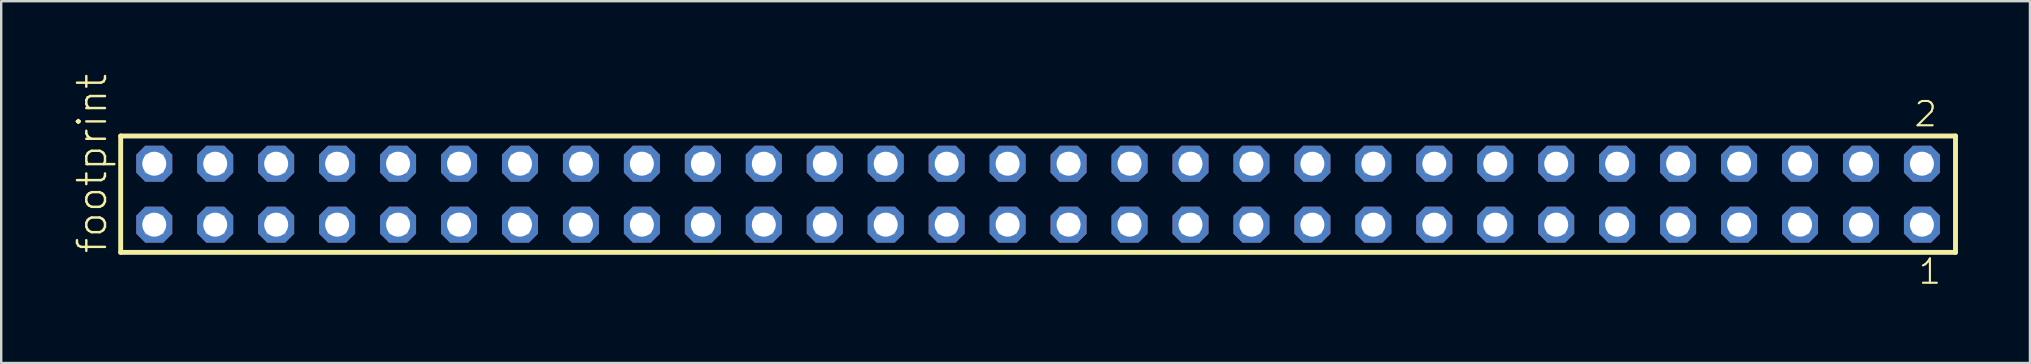
<source format=kicad_pcb>
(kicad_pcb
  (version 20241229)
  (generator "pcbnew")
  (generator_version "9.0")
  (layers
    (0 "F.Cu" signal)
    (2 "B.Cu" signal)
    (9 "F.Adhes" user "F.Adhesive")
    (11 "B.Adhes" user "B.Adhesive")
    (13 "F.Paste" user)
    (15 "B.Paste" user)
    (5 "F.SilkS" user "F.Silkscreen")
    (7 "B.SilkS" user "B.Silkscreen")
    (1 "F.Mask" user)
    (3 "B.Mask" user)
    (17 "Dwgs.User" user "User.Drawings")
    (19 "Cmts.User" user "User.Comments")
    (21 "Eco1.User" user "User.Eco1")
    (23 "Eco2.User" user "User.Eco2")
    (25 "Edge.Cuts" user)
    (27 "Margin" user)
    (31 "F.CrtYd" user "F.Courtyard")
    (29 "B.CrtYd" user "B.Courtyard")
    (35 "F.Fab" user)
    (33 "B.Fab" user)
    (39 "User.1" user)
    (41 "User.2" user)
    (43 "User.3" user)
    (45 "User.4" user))
  (footprint "footprint"
    (layer "F.Cu")
    (at 40.208 5.042)
    (property "Reference" "footprint" (at -38.735 2.54 90) (layer "F.SilkS") (effects (font (size 1.168 1.168) (thickness 0.102)) (justify left bottom)))
    (fp_line (start -38.229 -2.425) (end 38.229 -2.425) (stroke (width 0.203) (type solid)) (layer "F.SilkS"))
    (fp_line (start -38.229 2.425) (end -38.229 -2.425) (stroke (width 0.203) (type solid)) (layer "F.SilkS"))
    (fp_line (start 38.229 -2.425) (end 38.229 2.425) (stroke (width 0.203) (type solid)) (layer "F.SilkS"))
    (fp_line (start 38.229 2.425) (end -38.229 2.425) (stroke (width 0.203) (type solid)) (layer "F.SilkS"))
    (fp_poly (pts (xy -37.18 -0.92) (xy -36.48 -0.92) (xy -36.48 -1.62) (xy -37.18 -1.62)) (stroke (width 0.1) (type solid)) (fill no) (layer "F.Fab"))
    (fp_poly (pts (xy -37.18 1.62) (xy -36.48 1.62) (xy -36.48 0.92) (xy -37.18 0.92)) (stroke (width 0.1) (type solid)) (fill no) (layer "F.Fab"))
    (fp_poly (pts (xy -34.64 -0.92) (xy -33.94 -0.92) (xy -33.94 -1.62) (xy -34.64 -1.62)) (stroke (width 0.1) (type solid)) (fill no) (layer "F.Fab"))
    (fp_poly (pts (xy -34.64 1.62) (xy -33.94 1.62) (xy -33.94 0.92) (xy -34.64 0.92)) (stroke (width 0.1) (type solid)) (fill no) (layer "F.Fab"))
    (fp_poly (pts (xy -32.1 -0.92) (xy -31.4 -0.92) (xy -31.4 -1.62) (xy -32.1 -1.62)) (stroke (width 0.1) (type solid)) (fill no) (layer "F.Fab"))
    (fp_poly (pts (xy -32.1 1.62) (xy -31.4 1.62) (xy -31.4 0.92) (xy -32.1 0.92)) (stroke (width 0.1) (type solid)) (fill no) (layer "F.Fab"))
    (fp_poly (pts (xy -29.56 -0.92) (xy -28.86 -0.92) (xy -28.86 -1.62) (xy -29.56 -1.62)) (stroke (width 0.1) (type solid)) (fill no) (layer "F.Fab"))
    (fp_poly (pts (xy -29.56 1.62) (xy -28.86 1.62) (xy -28.86 0.92) (xy -29.56 0.92)) (stroke (width 0.1) (type solid)) (fill no) (layer "F.Fab"))
    (fp_poly (pts (xy -27.02 -0.92) (xy -26.32 -0.92) (xy -26.32 -1.62) (xy -27.02 -1.62)) (stroke (width 0.1) (type solid)) (fill no) (layer "F.Fab"))
    (fp_poly (pts (xy -27.02 1.62) (xy -26.32 1.62) (xy -26.32 0.92) (xy -27.02 0.92)) (stroke (width 0.1) (type solid)) (fill no) (layer "F.Fab"))
    (fp_poly (pts (xy -24.48 -0.92) (xy -23.78 -0.92) (xy -23.78 -1.62) (xy -24.48 -1.62)) (stroke (width 0.1) (type solid)) (fill no) (layer "F.Fab"))
    (fp_poly (pts (xy -24.48 1.62) (xy -23.78 1.62) (xy -23.78 0.92) (xy -24.48 0.92)) (stroke (width 0.1) (type solid)) (fill no) (layer "F.Fab"))
    (fp_poly (pts (xy -21.94 -0.92) (xy -21.24 -0.92) (xy -21.24 -1.62) (xy -21.94 -1.62)) (stroke (width 0.1) (type solid)) (fill no) (layer "F.Fab"))
    (fp_poly (pts (xy -21.94 1.62) (xy -21.24 1.62) (xy -21.24 0.92) (xy -21.94 0.92)) (stroke (width 0.1) (type solid)) (fill no) (layer "F.Fab"))
    (fp_poly (pts (xy -19.4 -0.92) (xy -18.7 -0.92) (xy -18.7 -1.62) (xy -19.4 -1.62)) (stroke (width 0.1) (type solid)) (fill no) (layer "F.Fab"))
    (fp_poly (pts (xy -19.4 1.62) (xy -18.7 1.62) (xy -18.7 0.92) (xy -19.4 0.92)) (stroke (width 0.1) (type solid)) (fill no) (layer "F.Fab"))
    (fp_poly (pts (xy -16.86 -0.92) (xy -16.16 -0.92) (xy -16.16 -1.62) (xy -16.86 -1.62)) (stroke (width 0.1) (type solid)) (fill no) (layer "F.Fab"))
    (fp_poly (pts (xy -16.86 1.62) (xy -16.16 1.62) (xy -16.16 0.92) (xy -16.86 0.92)) (stroke (width 0.1) (type solid)) (fill no) (layer "F.Fab"))
    (fp_poly (pts (xy -14.32 -0.92) (xy -13.62 -0.92) (xy -13.62 -1.62) (xy -14.32 -1.62)) (stroke (width 0.1) (type solid)) (fill no) (layer "F.Fab"))
    (fp_poly (pts (xy -14.32 1.62) (xy -13.62 1.62) (xy -13.62 0.92) (xy -14.32 0.92)) (stroke (width 0.1) (type solid)) (fill no) (layer "F.Fab"))
    (fp_poly (pts (xy -11.78 -0.92) (xy -11.08 -0.92) (xy -11.08 -1.62) (xy -11.78 -1.62)) (stroke (width 0.1) (type solid)) (fill no) (layer "F.Fab"))
    (fp_poly (pts (xy -11.78 1.62) (xy -11.08 1.62) (xy -11.08 0.92) (xy -11.78 0.92)) (stroke (width 0.1) (type solid)) (fill no) (layer "F.Fab"))
    (fp_poly (pts (xy -9.24 -0.92) (xy -8.54 -0.92) (xy -8.54 -1.62) (xy -9.24 -1.62)) (stroke (width 0.1) (type solid)) (fill no) (layer "F.Fab"))
    (fp_poly (pts (xy -9.24 1.62) (xy -8.54 1.62) (xy -8.54 0.92) (xy -9.24 0.92)) (stroke (width 0.1) (type solid)) (fill no) (layer "F.Fab"))
    (fp_poly (pts (xy -6.7 -0.92) (xy -6 -0.92) (xy -6 -1.62) (xy -6.7 -1.62)) (stroke (width 0.1) (type solid)) (fill no) (layer "F.Fab"))
    (fp_poly (pts (xy -6.7 1.62) (xy -6 1.62) (xy -6 0.92) (xy -6.7 0.92)) (stroke (width 0.1) (type solid)) (fill no) (layer "F.Fab"))
    (fp_poly (pts (xy -4.16 -0.92) (xy -3.46 -0.92) (xy -3.46 -1.62) (xy -4.16 -1.62)) (stroke (width 0.1) (type solid)) (fill no) (layer "F.Fab"))
    (fp_poly (pts (xy -4.16 1.62) (xy -3.46 1.62) (xy -3.46 0.92) (xy -4.16 0.92)) (stroke (width 0.1) (type solid)) (fill no) (layer "F.Fab"))
    (fp_poly (pts (xy -1.62 -0.92) (xy -0.92 -0.92) (xy -0.92 -1.62) (xy -1.62 -1.62)) (stroke (width 0.1) (type solid)) (fill no) (layer "F.Fab"))
    (fp_poly (pts (xy -1.62 1.62) (xy -0.92 1.62) (xy -0.92 0.92) (xy -1.62 0.92)) (stroke (width 0.1) (type solid)) (fill no) (layer "F.Fab"))
    (fp_poly (pts (xy 0.92 -0.92) (xy 1.62 -0.92) (xy 1.62 -1.62) (xy 0.92 -1.62)) (stroke (width 0.1) (type solid)) (fill no) (layer "F.Fab"))
    (fp_poly (pts (xy 0.92 1.62) (xy 1.62 1.62) (xy 1.62 0.92) (xy 0.92 0.92)) (stroke (width 0.1) (type solid)) (fill no) (layer "F.Fab"))
    (fp_poly (pts (xy 3.46 -0.92) (xy 4.16 -0.92) (xy 4.16 -1.62) (xy 3.46 -1.62)) (stroke (width 0.1) (type solid)) (fill no) (layer "F.Fab"))
    (fp_poly (pts (xy 3.46 1.62) (xy 4.16 1.62) (xy 4.16 0.92) (xy 3.46 0.92)) (stroke (width 0.1) (type solid)) (fill no) (layer "F.Fab"))
    (fp_poly (pts (xy 6 -0.92) (xy 6.7 -0.92) (xy 6.7 -1.62) (xy 6 -1.62)) (stroke (width 0.1) (type solid)) (fill no) (layer "F.Fab"))
    (fp_poly (pts (xy 6 1.62) (xy 6.7 1.62) (xy 6.7 0.92) (xy 6 0.92)) (stroke (width 0.1) (type solid)) (fill no) (layer "F.Fab"))
    (fp_poly (pts (xy 8.54 -0.92) (xy 9.24 -0.92) (xy 9.24 -1.62) (xy 8.54 -1.62)) (stroke (width 0.1) (type solid)) (fill no) (layer "F.Fab"))
    (fp_poly (pts (xy 8.54 1.62) (xy 9.24 1.62) (xy 9.24 0.92) (xy 8.54 0.92)) (stroke (width 0.1) (type solid)) (fill no) (layer "F.Fab"))
    (fp_poly (pts (xy 11.08 -0.92) (xy 11.78 -0.92) (xy 11.78 -1.62) (xy 11.08 -1.62)) (stroke (width 0.1) (type solid)) (fill no) (layer "F.Fab"))
    (fp_poly (pts (xy 11.08 1.62) (xy 11.78 1.62) (xy 11.78 0.92) (xy 11.08 0.92)) (stroke (width 0.1) (type solid)) (fill no) (layer "F.Fab"))
    (fp_poly (pts (xy 13.62 -0.92) (xy 14.32 -0.92) (xy 14.32 -1.62) (xy 13.62 -1.62)) (stroke (width 0.1) (type solid)) (fill no) (layer "F.Fab"))
    (fp_poly (pts (xy 13.62 1.62) (xy 14.32 1.62) (xy 14.32 0.92) (xy 13.62 0.92)) (stroke (width 0.1) (type solid)) (fill no) (layer "F.Fab"))
    (fp_poly (pts (xy 16.16 -0.92) (xy 16.86 -0.92) (xy 16.86 -1.62) (xy 16.16 -1.62)) (stroke (width 0.1) (type solid)) (fill no) (layer "F.Fab"))
    (fp_poly (pts (xy 16.16 1.62) (xy 16.86 1.62) (xy 16.86 0.92) (xy 16.16 0.92)) (stroke (width 0.1) (type solid)) (fill no) (layer "F.Fab"))
    (fp_poly (pts (xy 18.7 -0.92) (xy 19.4 -0.92) (xy 19.4 -1.62) (xy 18.7 -1.62)) (stroke (width 0.1) (type solid)) (fill no) (layer "F.Fab"))
    (fp_poly (pts (xy 18.7 1.62) (xy 19.4 1.62) (xy 19.4 0.92) (xy 18.7 0.92)) (stroke (width 0.1) (type solid)) (fill no) (layer "F.Fab"))
    (fp_poly (pts (xy 21.24 -0.92) (xy 21.94 -0.92) (xy 21.94 -1.62) (xy 21.24 -1.62)) (stroke (width 0.1) (type solid)) (fill no) (layer "F.Fab"))
    (fp_poly (pts (xy 21.24 1.62) (xy 21.94 1.62) (xy 21.94 0.92) (xy 21.24 0.92)) (stroke (width 0.1) (type solid)) (fill no) (layer "F.Fab"))
    (fp_poly (pts (xy 23.78 -0.92) (xy 24.48 -0.92) (xy 24.48 -1.62) (xy 23.78 -1.62)) (stroke (width 0.1) (type solid)) (fill no) (layer "F.Fab"))
    (fp_poly (pts (xy 23.78 1.62) (xy 24.48 1.62) (xy 24.48 0.92) (xy 23.78 0.92)) (stroke (width 0.1) (type solid)) (fill no) (layer "F.Fab"))
    (fp_poly (pts (xy 26.32 -0.92) (xy 27.02 -0.92) (xy 27.02 -1.62) (xy 26.32 -1.62)) (stroke (width 0.1) (type solid)) (fill no) (layer "F.Fab"))
    (fp_poly (pts (xy 26.32 1.62) (xy 27.02 1.62) (xy 27.02 0.92) (xy 26.32 0.92)) (stroke (width 0.1) (type solid)) (fill no) (layer "F.Fab"))
    (fp_poly (pts (xy 28.86 -0.92) (xy 29.56 -0.92) (xy 29.56 -1.62) (xy 28.86 -1.62)) (stroke (width 0.1) (type solid)) (fill no) (layer "F.Fab"))
    (fp_poly (pts (xy 28.86 1.62) (xy 29.56 1.62) (xy 29.56 0.92) (xy 28.86 0.92)) (stroke (width 0.1) (type solid)) (fill no) (layer "F.Fab"))
    (fp_poly (pts (xy 31.4 -0.92) (xy 32.1 -0.92) (xy 32.1 -1.62) (xy 31.4 -1.62)) (stroke (width 0.1) (type solid)) (fill no) (layer "F.Fab"))
    (fp_poly (pts (xy 31.4 1.62) (xy 32.1 1.62) (xy 32.1 0.92) (xy 31.4 0.92)) (stroke (width 0.1) (type solid)) (fill no) (layer "F.Fab"))
    (fp_poly (pts (xy 33.94 -0.92) (xy 34.64 -0.92) (xy 34.64 -1.62) (xy 33.94 -1.62)) (stroke (width 0.1) (type solid)) (fill no) (layer "F.Fab"))
    (fp_poly (pts (xy 33.94 1.62) (xy 34.64 1.62) (xy 34.64 0.92) (xy 33.94 0.92)) (stroke (width 0.1) (type solid)) (fill no) (layer "F.Fab"))
    (fp_poly (pts (xy 36.48 -0.92) (xy 37.18 -0.92) (xy 37.18 -1.62) (xy 36.48 -1.62)) (stroke (width 0.1) (type solid)) (fill no) (layer "F.Fab"))
    (fp_poly (pts (xy 36.48 1.62) (xy 37.18 1.62) (xy 37.18 0.92) (xy 36.48 0.92)) (stroke (width 0.1) (type solid)) (fill no) (layer "F.Fab"))
    (fp_text user "2" (at 36.447 -2.744 0) (layer "F.SilkS") (effects (font (size 1.012 1.012) (thickness 0.088)) (justify left bottom)))
    (fp_text user "1" (at 36.622 3.818 0) (layer "F.SilkS") (effects (font (size 1.012 1.012) (thickness 0.088)) (justify left bottom)))
    (pad "1" thru_hole roundrect (at 36.83 1.27 180) (size 1.5 1.5) (drill 1) (layers "*.Cu" "*.Mask") (roundrect_rratio 0.25) (chamfer_ratio 0.25) (chamfer top_left top_right bottom_left bottom_right))
    (pad "2" thru_hole roundrect (at 36.83 -1.27 180) (size 1.5 1.5) (drill 1) (layers "*.Cu" "*.Mask") (roundrect_rratio 0.25) (chamfer_ratio 0.25) (chamfer top_left top_right bottom_left bottom_right))
    (pad "3" thru_hole roundrect (at 34.29 1.27 180) (size 1.5 1.5) (drill 1) (layers "*.Cu" "*.Mask") (roundrect_rratio 0.25) (chamfer_ratio 0.25) (chamfer top_left top_right bottom_left bottom_right))
    (pad "4" thru_hole roundrect (at 34.29 -1.27 180) (size 1.5 1.5) (drill 1) (layers "*.Cu" "*.Mask") (roundrect_rratio 0.25) (chamfer_ratio 0.25) (chamfer top_left top_right bottom_left bottom_right))
    (pad "5" thru_hole roundrect (at 31.75 1.27 180) (size 1.5 1.5) (drill 1) (layers "*.Cu" "*.Mask") (roundrect_rratio 0.25) (chamfer_ratio 0.25) (chamfer top_left top_right bottom_left bottom_right))
    (pad "6" thru_hole roundrect (at 31.75 -1.27 180) (size 1.5 1.5) (drill 1) (layers "*.Cu" "*.Mask") (roundrect_rratio 0.25) (chamfer_ratio 0.25) (chamfer top_left top_right bottom_left bottom_right))
    (pad "7" thru_hole roundrect (at 29.21 1.27 180) (size 1.5 1.5) (drill 1) (layers "*.Cu" "*.Mask") (roundrect_rratio 0.25) (chamfer_ratio 0.25) (chamfer top_left top_right bottom_left bottom_right))
    (pad "8" thru_hole roundrect (at 29.21 -1.27 180) (size 1.5 1.5) (drill 1) (layers "*.Cu" "*.Mask") (roundrect_rratio 0.25) (chamfer_ratio 0.25) (chamfer top_left top_right bottom_left bottom_right))
    (pad "9" thru_hole roundrect (at 26.67 1.27 180) (size 1.5 1.5) (drill 1) (layers "*.Cu" "*.Mask") (roundrect_rratio 0.25) (chamfer_ratio 0.25) (chamfer top_left top_right bottom_left bottom_right))
    (pad "10" thru_hole roundrect (at 26.67 -1.27 180) (size 1.5 1.5) (drill 1) (layers "*.Cu" "*.Mask") (roundrect_rratio 0.25) (chamfer_ratio 0.25) (chamfer top_left top_right bottom_left bottom_right))
    (pad "11" thru_hole roundrect (at 24.13 1.27 180) (size 1.5 1.5) (drill 1) (layers "*.Cu" "*.Mask") (roundrect_rratio 0.25) (chamfer_ratio 0.25) (chamfer top_left top_right bottom_left bottom_right))
    (pad "12" thru_hole roundrect (at 24.13 -1.27 180) (size 1.5 1.5) (drill 1) (layers "*.Cu" "*.Mask") (roundrect_rratio 0.25) (chamfer_ratio 0.25) (chamfer top_left top_right bottom_left bottom_right))
    (pad "13" thru_hole roundrect (at 21.59 1.27 180) (size 1.5 1.5) (drill 1) (layers "*.Cu" "*.Mask") (roundrect_rratio 0.25) (chamfer_ratio 0.25) (chamfer top_left top_right bottom_left bottom_right))
    (pad "14" thru_hole roundrect (at 21.59 -1.27 180) (size 1.5 1.5) (drill 1) (layers "*.Cu" "*.Mask") (roundrect_rratio 0.25) (chamfer_ratio 0.25) (chamfer top_left top_right bottom_left bottom_right))
    (pad "15" thru_hole roundrect (at 19.05 1.27 180) (size 1.5 1.5) (drill 1) (layers "*.Cu" "*.Mask") (roundrect_rratio 0.25) (chamfer_ratio 0.25) (chamfer top_left top_right bottom_left bottom_right))
    (pad "16" thru_hole roundrect (at 19.05 -1.27 180) (size 1.5 1.5) (drill 1) (layers "*.Cu" "*.Mask") (roundrect_rratio 0.25) (chamfer_ratio 0.25) (chamfer top_left top_right bottom_left bottom_right))
    (pad "17" thru_hole roundrect (at 16.51 1.27 180) (size 1.5 1.5) (drill 1) (layers "*.Cu" "*.Mask") (roundrect_rratio 0.25) (chamfer_ratio 0.25) (chamfer top_left top_right bottom_left bottom_right))
    (pad "18" thru_hole roundrect (at 16.51 -1.27 180) (size 1.5 1.5) (drill 1) (layers "*.Cu" "*.Mask") (roundrect_rratio 0.25) (chamfer_ratio 0.25) (chamfer top_left top_right bottom_left bottom_right))
    (pad "19" thru_hole roundrect (at 13.97 1.27 180) (size 1.5 1.5) (drill 1) (layers "*.Cu" "*.Mask") (roundrect_rratio 0.25) (chamfer_ratio 0.25) (chamfer top_left top_right bottom_left bottom_right))
    (pad "20" thru_hole roundrect (at 13.97 -1.27 180) (size 1.5 1.5) (drill 1) (layers "*.Cu" "*.Mask") (roundrect_rratio 0.25) (chamfer_ratio 0.25) (chamfer top_left top_right bottom_left bottom_right))
    (pad "21" thru_hole roundrect (at 11.43 1.27 180) (size 1.5 1.5) (drill 1) (layers "*.Cu" "*.Mask") (roundrect_rratio 0.25) (chamfer_ratio 0.25) (chamfer top_left top_right bottom_left bottom_right))
    (pad "22" thru_hole roundrect (at 11.43 -1.27 180) (size 1.5 1.5) (drill 1) (layers "*.Cu" "*.Mask") (roundrect_rratio 0.25) (chamfer_ratio 0.25) (chamfer top_left top_right bottom_left bottom_right))
    (pad "23" thru_hole roundrect (at 8.89 1.27 180) (size 1.5 1.5) (drill 1) (layers "*.Cu" "*.Mask") (roundrect_rratio 0.25) (chamfer_ratio 0.25) (chamfer top_left top_right bottom_left bottom_right))
    (pad "24" thru_hole roundrect (at 8.89 -1.27 180) (size 1.5 1.5) (drill 1) (layers "*.Cu" "*.Mask") (roundrect_rratio 0.25) (chamfer_ratio 0.25) (chamfer top_left top_right bottom_left bottom_right))
    (pad "25" thru_hole roundrect (at 6.35 1.27 180) (size 1.5 1.5) (drill 1) (layers "*.Cu" "*.Mask") (roundrect_rratio 0.25) (chamfer_ratio 0.25) (chamfer top_left top_right bottom_left bottom_right))
    (pad "26" thru_hole roundrect (at 6.35 -1.27 180) (size 1.5 1.5) (drill 1) (layers "*.Cu" "*.Mask") (roundrect_rratio 0.25) (chamfer_ratio 0.25) (chamfer top_left top_right bottom_left bottom_right))
    (pad "27" thru_hole roundrect (at 3.81 1.27 180) (size 1.5 1.5) (drill 1) (layers "*.Cu" "*.Mask") (roundrect_rratio 0.25) (chamfer_ratio 0.25) (chamfer top_left top_right bottom_left bottom_right))
    (pad "28" thru_hole roundrect (at 3.81 -1.27 180) (size 1.5 1.5) (drill 1) (layers "*.Cu" "*.Mask") (roundrect_rratio 0.25) (chamfer_ratio 0.25) (chamfer top_left top_right bottom_left bottom_right))
    (pad "29" thru_hole roundrect (at 1.27 1.27 180) (size 1.5 1.5) (drill 1) (layers "*.Cu" "*.Mask") (roundrect_rratio 0.25) (chamfer_ratio 0.25) (chamfer top_left top_right bottom_left bottom_right))
    (pad "30" thru_hole roundrect (at 1.27 -1.27 180) (size 1.5 1.5) (drill 1) (layers "*.Cu" "*.Mask") (roundrect_rratio 0.25) (chamfer_ratio 0.25) (chamfer top_left top_right bottom_left bottom_right))
    (pad "31" thru_hole roundrect (at -1.27 1.27 180) (size 1.5 1.5) (drill 1) (layers "*.Cu" "*.Mask") (roundrect_rratio 0.25) (chamfer_ratio 0.25) (chamfer top_left top_right bottom_left bottom_right))
    (pad "32" thru_hole roundrect (at -1.27 -1.27 180) (size 1.5 1.5) (drill 1) (layers "*.Cu" "*.Mask") (roundrect_rratio 0.25) (chamfer_ratio 0.25) (chamfer top_left top_right bottom_left bottom_right))
    (pad "33" thru_hole roundrect (at -3.81 1.27 180) (size 1.5 1.5) (drill 1) (layers "*.Cu" "*.Mask") (roundrect_rratio 0.25) (chamfer_ratio 0.25) (chamfer top_left top_right bottom_left bottom_right))
    (pad "34" thru_hole roundrect (at -3.81 -1.27 180) (size 1.5 1.5) (drill 1) (layers "*.Cu" "*.Mask") (roundrect_rratio 0.25) (chamfer_ratio 0.25) (chamfer top_left top_right bottom_left bottom_right))
    (pad "35" thru_hole roundrect (at -6.35 1.27 180) (size 1.5 1.5) (drill 1) (layers "*.Cu" "*.Mask") (roundrect_rratio 0.25) (chamfer_ratio 0.25) (chamfer top_left top_right bottom_left bottom_right))
    (pad "36" thru_hole roundrect (at -6.35 -1.27 180) (size 1.5 1.5) (drill 1) (layers "*.Cu" "*.Mask") (roundrect_rratio 0.25) (chamfer_ratio 0.25) (chamfer top_left top_right bottom_left bottom_right))
    (pad "37" thru_hole roundrect (at -8.89 1.27 180) (size 1.5 1.5) (drill 1) (layers "*.Cu" "*.Mask") (roundrect_rratio 0.25) (chamfer_ratio 0.25) (chamfer top_left top_right bottom_left bottom_right))
    (pad "38" thru_hole roundrect (at -8.89 -1.27 180) (size 1.5 1.5) (drill 1) (layers "*.Cu" "*.Mask") (roundrect_rratio 0.25) (chamfer_ratio 0.25) (chamfer top_left top_right bottom_left bottom_right))
    (pad "39" thru_hole roundrect (at -11.43 1.27 180) (size 1.5 1.5) (drill 1) (layers "*.Cu" "*.Mask") (roundrect_rratio 0.25) (chamfer_ratio 0.25) (chamfer top_left top_right bottom_left bottom_right))
    (pad "40" thru_hole roundrect (at -11.43 -1.27 180) (size 1.5 1.5) (drill 1) (layers "*.Cu" "*.Mask") (roundrect_rratio 0.25) (chamfer_ratio 0.25) (chamfer top_left top_right bottom_left bottom_right))
    (pad "41" thru_hole roundrect (at -13.97 1.27 180) (size 1.5 1.5) (drill 1) (layers "*.Cu" "*.Mask") (roundrect_rratio 0.25) (chamfer_ratio 0.25) (chamfer top_left top_right bottom_left bottom_right))
    (pad "42" thru_hole roundrect (at -13.97 -1.27 180) (size 1.5 1.5) (drill 1) (layers "*.Cu" "*.Mask") (roundrect_rratio 0.25) (chamfer_ratio 0.25) (chamfer top_left top_right bottom_left bottom_right))
    (pad "43" thru_hole roundrect (at -16.51 1.27 180) (size 1.5 1.5) (drill 1) (layers "*.Cu" "*.Mask") (roundrect_rratio 0.25) (chamfer_ratio 0.25) (chamfer top_left top_right bottom_left bottom_right))
    (pad "44" thru_hole roundrect (at -16.51 -1.27 180) (size 1.5 1.5) (drill 1) (layers "*.Cu" "*.Mask") (roundrect_rratio 0.25) (chamfer_ratio 0.25) (chamfer top_left top_right bottom_left bottom_right))
    (pad "45" thru_hole roundrect (at -19.05 1.27 180) (size 1.5 1.5) (drill 1) (layers "*.Cu" "*.Mask") (roundrect_rratio 0.25) (chamfer_ratio 0.25) (chamfer top_left top_right bottom_left bottom_right))
    (pad "46" thru_hole roundrect (at -19.05 -1.27 180) (size 1.5 1.5) (drill 1) (layers "*.Cu" "*.Mask") (roundrect_rratio 0.25) (chamfer_ratio 0.25) (chamfer top_left top_right bottom_left bottom_right))
    (pad "47" thru_hole roundrect (at -21.59 1.27 180) (size 1.5 1.5) (drill 1) (layers "*.Cu" "*.Mask") (roundrect_rratio 0.25) (chamfer_ratio 0.25) (chamfer top_left top_right bottom_left bottom_right))
    (pad "48" thru_hole roundrect (at -21.59 -1.27 180) (size 1.5 1.5) (drill 1) (layers "*.Cu" "*.Mask") (roundrect_rratio 0.25) (chamfer_ratio 0.25) (chamfer top_left top_right bottom_left bottom_right))
    (pad "49" thru_hole roundrect (at -24.13 1.27 180) (size 1.5 1.5) (drill 1) (layers "*.Cu" "*.Mask") (roundrect_rratio 0.25) (chamfer_ratio 0.25) (chamfer top_left top_right bottom_left bottom_right))
    (pad "50" thru_hole roundrect (at -24.13 -1.27 180) (size 1.5 1.5) (drill 1) (layers "*.Cu" "*.Mask") (roundrect_rratio 0.25) (chamfer_ratio 0.25) (chamfer top_left top_right bottom_left bottom_right))
    (pad "51" thru_hole roundrect (at -26.67 1.27 180) (size 1.5 1.5) (drill 1) (layers "*.Cu" "*.Mask") (roundrect_rratio 0.25) (chamfer_ratio 0.25) (chamfer top_left top_right bottom_left bottom_right))
    (pad "52" thru_hole roundrect (at -26.67 -1.27 180) (size 1.5 1.5) (drill 1) (layers "*.Cu" "*.Mask") (roundrect_rratio 0.25) (chamfer_ratio 0.25) (chamfer top_left top_right bottom_left bottom_right))
    (pad "53" thru_hole roundrect (at -29.21 1.27 180) (size 1.5 1.5) (drill 1) (layers "*.Cu" "*.Mask") (roundrect_rratio 0.25) (chamfer_ratio 0.25) (chamfer top_left top_right bottom_left bottom_right))
    (pad "54" thru_hole roundrect (at -29.21 -1.27 180) (size 1.5 1.5) (drill 1) (layers "*.Cu" "*.Mask") (roundrect_rratio 0.25) (chamfer_ratio 0.25) (chamfer top_left top_right bottom_left bottom_right))
    (pad "55" thru_hole roundrect (at -31.75 1.27 180) (size 1.5 1.5) (drill 1) (layers "*.Cu" "*.Mask") (roundrect_rratio 0.25) (chamfer_ratio 0.25) (chamfer top_left top_right bottom_left bottom_right))
    (pad "56" thru_hole roundrect (at -31.75 -1.27 180) (size 1.5 1.5) (drill 1) (layers "*.Cu" "*.Mask") (roundrect_rratio 0.25) (chamfer_ratio 0.25) (chamfer top_left top_right bottom_left bottom_right))
    (pad "57" thru_hole roundrect (at -34.29 1.27 180) (size 1.5 1.5) (drill 1) (layers "*.Cu" "*.Mask") (roundrect_rratio 0.25) (chamfer_ratio 0.25) (chamfer top_left top_right bottom_left bottom_right))
    (pad "58" thru_hole roundrect (at -34.29 -1.27 180) (size 1.5 1.5) (drill 1) (layers "*.Cu" "*.Mask") (roundrect_rratio 0.25) (chamfer_ratio 0.25) (chamfer top_left top_right bottom_left bottom_right))
    (pad "59" thru_hole roundrect (at -36.83 1.27 180) (size 1.5 1.5) (drill 1) (layers "*.Cu" "*.Mask") (roundrect_rratio 0.25) (chamfer_ratio 0.25) (chamfer top_left top_right bottom_left bottom_right))
    (pad "60" thru_hole roundrect (at -36.83 -1.27 180) (size 1.5 1.5) (drill 1) (layers "*.Cu" "*.Mask") (roundrect_rratio 0.25) (chamfer_ratio 0.25) (chamfer top_left top_right bottom_left bottom_right)))
  (gr_rect
    (start -3 -3)
    (end 81.539 12.077)
    (stroke (width 0.1) (type default))
    (fill no)
    (layer "Edge.Cuts")))
</source>
